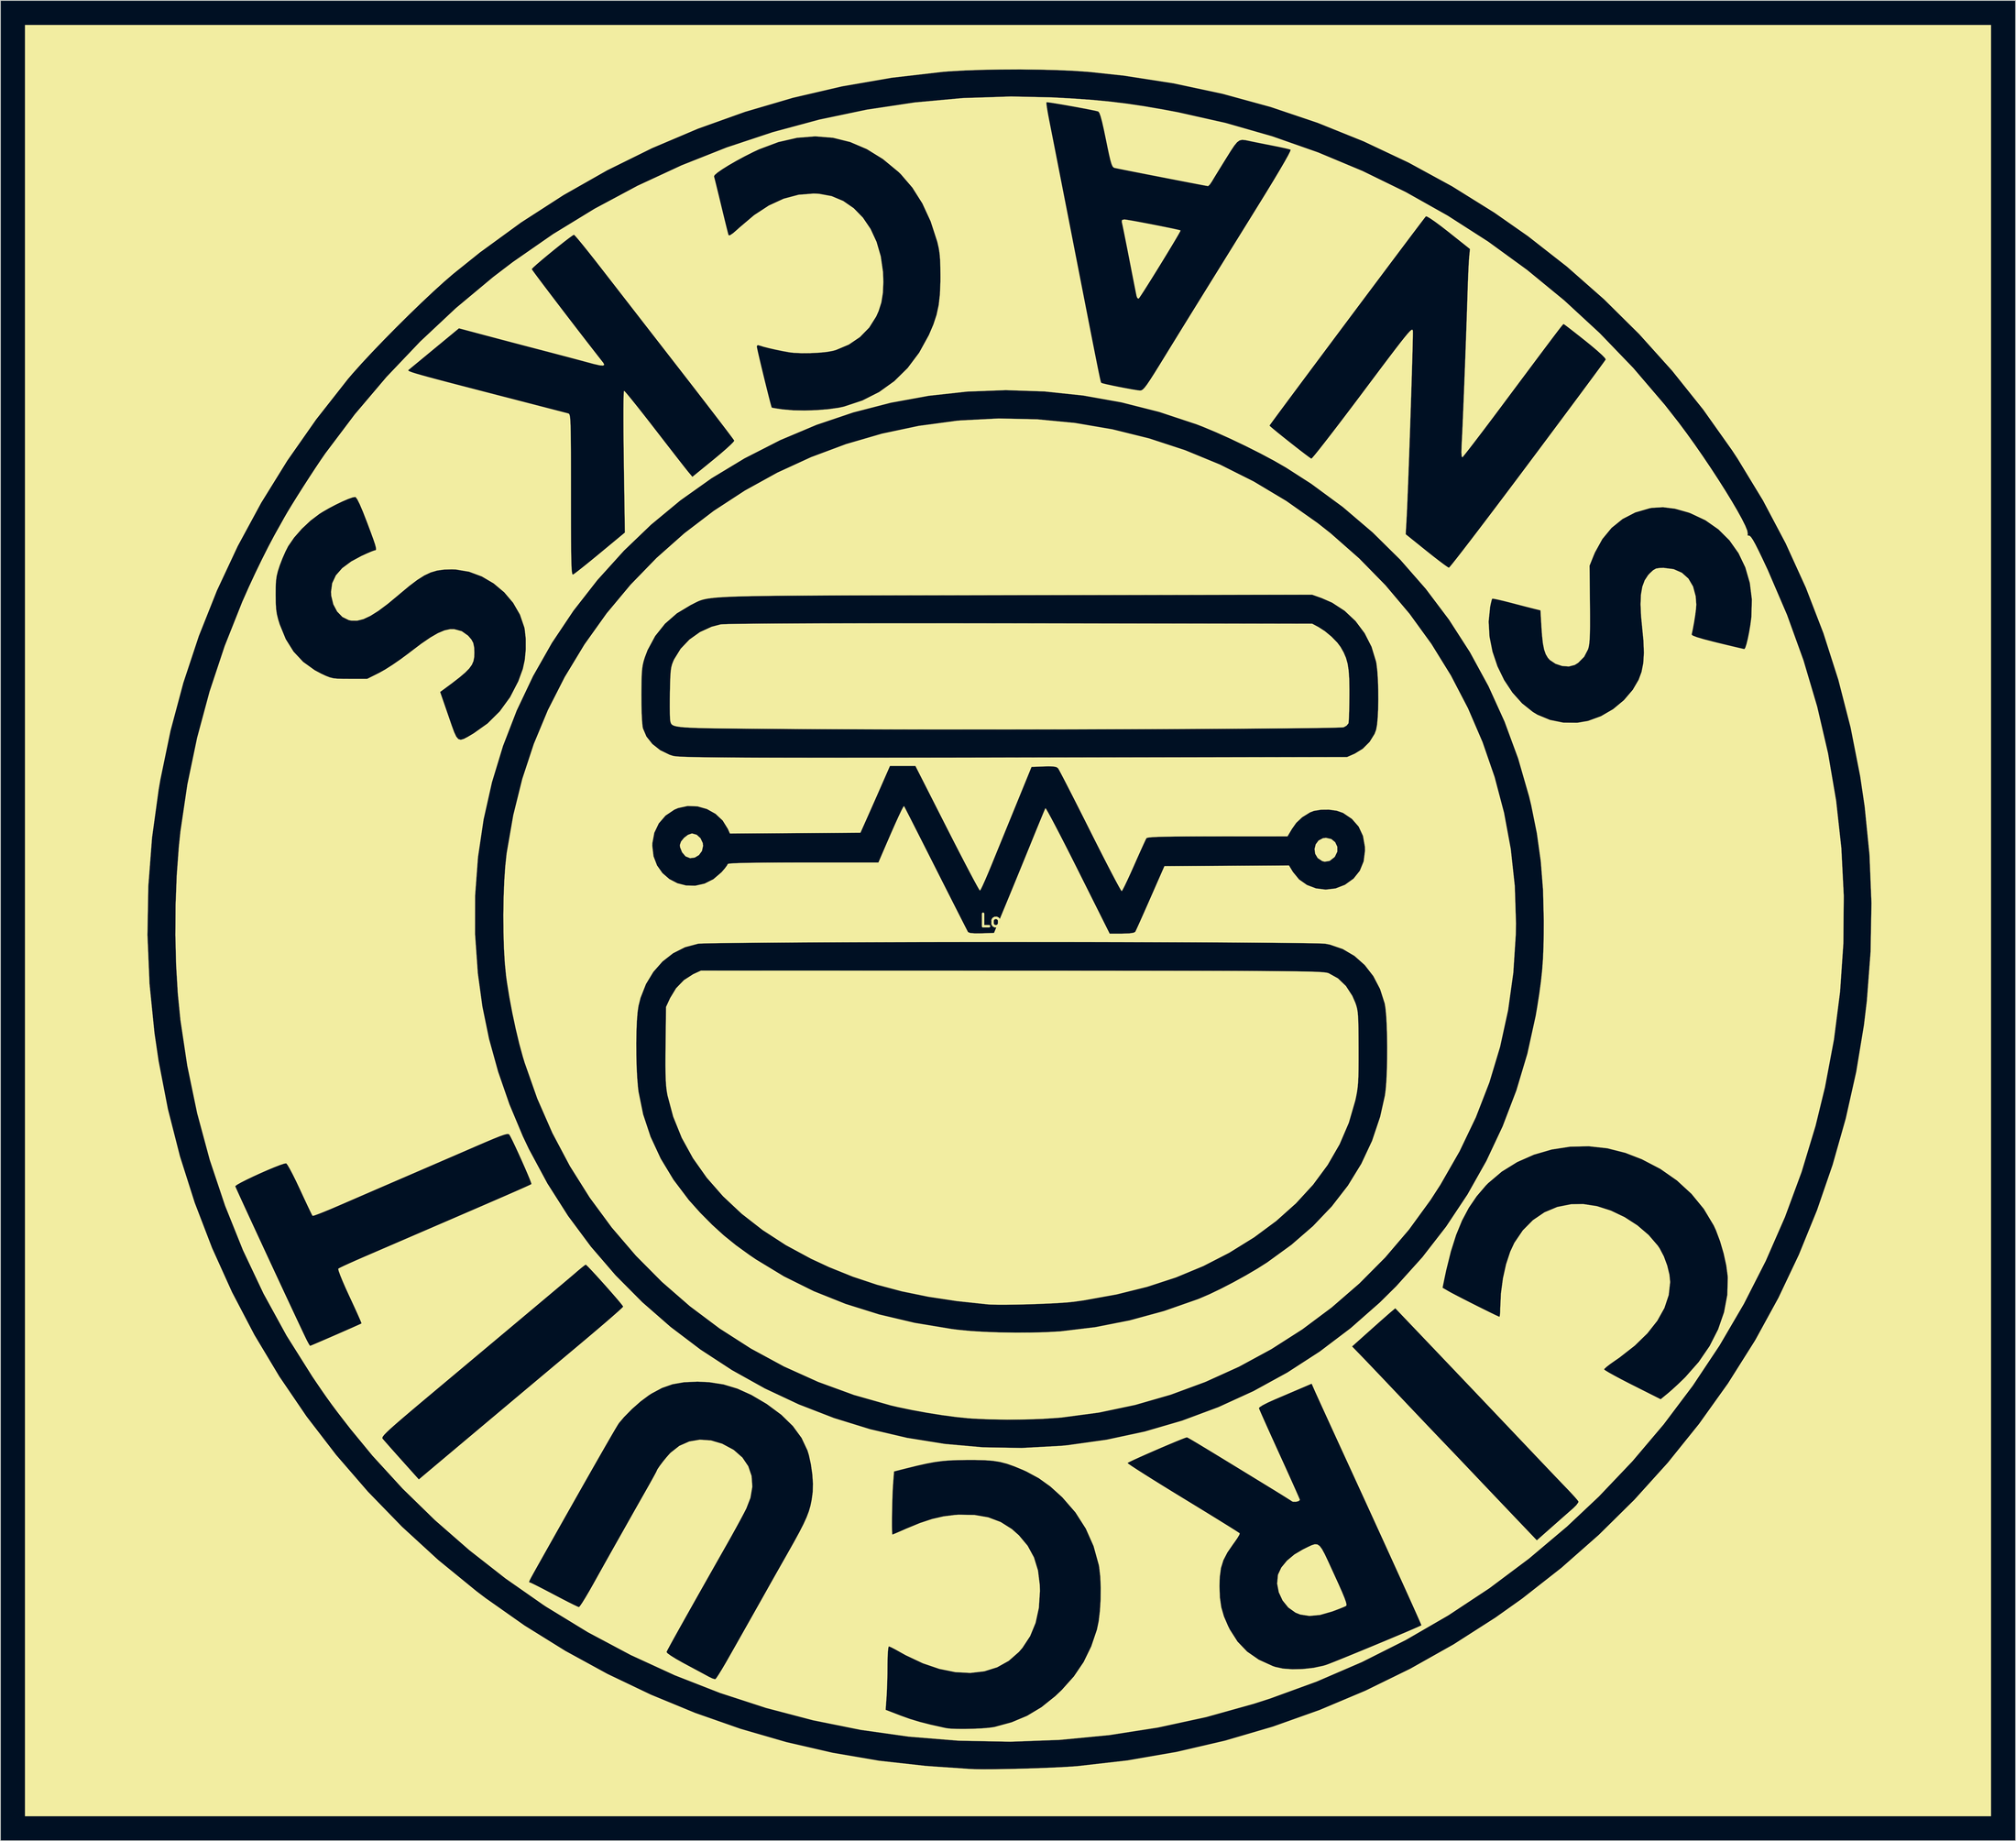
<source format=kicad_pcb>
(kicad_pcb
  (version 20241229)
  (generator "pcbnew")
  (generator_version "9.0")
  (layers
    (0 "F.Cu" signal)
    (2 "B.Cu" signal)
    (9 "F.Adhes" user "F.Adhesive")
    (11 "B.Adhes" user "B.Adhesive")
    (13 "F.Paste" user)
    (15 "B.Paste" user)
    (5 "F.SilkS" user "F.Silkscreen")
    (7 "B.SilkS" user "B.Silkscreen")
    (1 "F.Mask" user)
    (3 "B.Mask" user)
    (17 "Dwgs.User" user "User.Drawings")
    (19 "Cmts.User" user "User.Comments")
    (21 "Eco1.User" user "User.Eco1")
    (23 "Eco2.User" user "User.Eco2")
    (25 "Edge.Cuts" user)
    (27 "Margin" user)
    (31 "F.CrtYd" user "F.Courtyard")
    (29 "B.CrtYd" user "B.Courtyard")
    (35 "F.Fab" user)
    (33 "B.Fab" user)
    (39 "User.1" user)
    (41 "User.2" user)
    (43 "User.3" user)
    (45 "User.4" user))
  (footprint "Logo2"
    (layer "F.Cu")
    (at 120.255 109.598)
    (property "Reference" "Logo2" (at 0 0 0) (layer "F.SilkS") (effects (font (size 1.524 1.524) (thickness 0.3))))
    (attr through_hole)
    (fp_poly (pts (xy 39.55 -9.976) (xy 40.021 -9.587) (xy 40.276 -9.044) (xy 40.279 -8.432) (xy 39.992 -7.835) (xy 39.921 -7.751) (xy 39.339 -7.299) (xy 38.734 -7.202) (xy 38.43 -7.283) (xy 37.881 -7.654) (xy 37.576 -8.174) (xy 37.501 -8.759) (xy 37.642 -9.326) (xy 37.986 -9.793) (xy 38.518 -10.077) (xy 38.899 -10.124) (xy 39.55 -9.976)) (stroke (width 0.01) (type solid)) (fill yes) (layer "F.SilkS"))
    (fp_poly (pts (xy -38.076 -10.496) (xy -37.616 -10.074) (xy -37.342 -9.488) (xy -37.301 -9.148) (xy -37.441 -8.514) (xy -37.808 -8.018) (xy -38.317 -7.71) (xy -38.886 -7.638) (xy -39.432 -7.854) (xy -39.448 -7.865) (xy -39.867 -8.359) (xy -40.115 -8.981) (xy -40.143 -9.238) (xy -39.995 -9.674) (xy -39.627 -10.127) (xy -39.152 -10.489) (xy -38.683 -10.656) (xy -38.638 -10.657) (xy -38.076 -10.496)) (stroke (width 0.01) (type solid)) (fill yes) (layer "F.SilkS"))
    (fp_poly (pts (xy 37.843 76.341) (xy 38.124 76.532) (xy 38.412 76.918) (xy 38.742 77.527) (xy 39.149 78.388) (xy 39.671 79.529) (xy 39.861 79.943) (xy 40.434 81.198) (xy 40.862 82.167) (xy 41.158 82.884) (xy 41.334 83.379) (xy 41.404 83.687) (xy 41.378 83.84) (xy 41.358 83.858) (xy 41.09 83.985) (xy 40.579 84.192) (xy 39.919 84.444) (xy 39.645 84.545) (xy 38.174 84.966) (xy 36.882 85.089) (xy 35.752 84.917) (xy 35.165 84.681) (xy 34.284 84.053) (xy 33.592 83.197) (xy 33.126 82.195) (xy 32.924 81.128) (xy 33.022 80.078) (xy 33.04 80.013) (xy 33.438 79.165) (xy 34.126 78.328) (xy 35.042 77.563) (xy 36.057 76.965) (xy 36.675 76.657) (xy 37.154 76.432) (xy 37.531 76.317) (xy 37.843 76.341)) (stroke (width 0.01) (type solid)) (fill yes) (layer "F.SilkS"))
    (fp_poly (pts (xy 14.498 -85.759) (xy 15.035 -85.67) (xy 15.774 -85.537) (xy 16.65 -85.373) (xy 17.596 -85.191) (xy 18.547 -85.004) (xy 19.436 -84.825) (xy 20.197 -84.667) (xy 20.765 -84.542) (xy 21.073 -84.463) (xy 21.108 -84.449) (xy 21.038 -84.29) (xy 20.807 -83.878) (xy 20.444 -83.26) (xy 19.979 -82.483) (xy 19.441 -81.594) (xy 18.859 -80.64) (xy 18.261 -79.669) (xy 17.676 -78.727) (xy 17.134 -77.862) (xy 16.664 -77.12) (xy 16.294 -76.55) (xy 16.054 -76.198) (xy 15.978 -76.106) (xy 15.826 -76.175) (xy 15.73 -76.415) (xy 15.672 -76.7) (xy 15.557 -77.279) (xy 15.395 -78.099) (xy 15.197 -79.105) (xy 14.975 -80.244) (xy 14.828 -80.996) (xy 14.596 -82.183) (xy 14.381 -83.264) (xy 14.196 -84.189) (xy 14.05 -84.903) (xy 13.953 -85.354) (xy 13.923 -85.481) (xy 13.941 -85.724) (xy 14.229 -85.792) (xy 14.498 -85.759)) (stroke (width 0.01) (type solid)) (fill yes) (layer "F.SilkS"))
    (fp_poly (pts (xy -8.859 -36.379) (xy -4.524 -36.376) (xy 0.125 -36.372) (xy 1.515 -36.37) (xy 37.212 -36.324) (xy 37.984 -35.912) (xy 38.774 -35.4) (xy 39.578 -34.732) (xy 40.276 -34.015) (xy 40.678 -33.478) (xy 41.057 -32.808) (xy 41.34 -32.148) (xy 41.54 -31.432) (xy 41.668 -30.592) (xy 41.738 -29.562) (xy 41.761 -28.273) (xy 41.76 -27.629) (xy 41.749 -26.582) (xy 41.73 -25.646) (xy 41.705 -24.883) (xy 41.675 -24.356) (xy 41.647 -24.14) (xy 41.422 -23.861) (xy 41.069 -23.657) (xy 40.834 -23.635) (xy 40.264 -23.613) (xy 39.377 -23.591) (xy 38.195 -23.571) (xy 36.736 -23.551) (xy 35.021 -23.532) (xy 33.069 -23.514) (xy 30.899 -23.496) (xy 28.533 -23.48) (xy 25.988 -23.465) (xy 23.286 -23.451) (xy 20.446 -23.439) (xy 17.487 -23.427) (xy 14.429 -23.417) (xy 11.292 -23.409) (xy 8.096 -23.401) (xy 4.861 -23.396) (xy 1.606 -23.392) (xy -1.65 -23.389) (xy -4.885 -23.389) (xy -8.082 -23.39) (xy -11.219 -23.392) (xy -14.277 -23.397) (xy -17.237 -23.404) (xy -20.079 -23.413) (xy -22.782 -23.424) (xy -25.328 -23.436) (xy -26.821 -23.446) (xy -29.405 -23.463) (xy -31.657 -23.479) (xy -33.6 -23.495) (xy -35.257 -23.513) (xy -36.652 -23.535) (xy -37.808 -23.562) (xy -38.748 -23.596) (xy -39.495 -23.637) (xy -40.073 -23.689) (xy -40.504 -23.751) (xy -40.812 -23.827) (xy -41.021 -23.916) (xy -41.152 -24.022) (xy -41.231 -24.145) (xy -41.279 -24.287) (xy -41.31 -24.411) (xy -41.342 -24.723) (xy -41.362 -25.323) (xy -41.372 -26.141) (xy -41.368 -27.111) (xy -41.357 -27.914) (xy -41.332 -29.047) (xy -41.301 -29.892) (xy -41.256 -30.514) (xy -41.189 -30.982) (xy -41.09 -31.361) (xy -40.952 -31.718) (xy -40.836 -31.972) (xy -40.038 -33.262) (xy -38.967 -34.386) (xy -37.685 -35.298) (xy -36.254 -35.952) (xy -35.164 -36.238) (xy -34.852 -36.261) (xy -34.189 -36.283) (xy -33.176 -36.302) (xy -31.817 -36.319) (xy -30.115 -36.334) (xy -28.073 -36.347) (xy -25.694 -36.357) (xy -22.982 -36.366) (xy -19.94 -36.372) (xy -16.569 -36.377) (xy -12.875 -36.379) (xy -8.859 -36.379)) (stroke (width 0.01) (type solid)) (fill yes) (layer "F.SilkS"))
    (fp_poly (pts (xy 0.444 6.135) (xy 4.786 6.136) (xy 8.787 6.137) (xy 12.462 6.139) (xy 15.823 6.141) (xy 18.887 6.144) (xy 21.666 6.147) (xy 24.175 6.152) (xy 26.428 6.157) (xy 28.439 6.163) (xy 30.223 6.171) (xy 31.794 6.18) (xy 33.166 6.19) (xy 34.353 6.202) (xy 35.369 6.215) (xy 36.229 6.23) (xy 36.947 6.247) (xy 37.537 6.266) (xy 38.013 6.287) (xy 38.389 6.31) (xy 38.68 6.336) (xy 38.9 6.364) (xy 39.062 6.395) (xy 39.182 6.428) (xy 39.226 6.444) (xy 40.363 7.076) (xy 41.334 8.007) (xy 42.116 9.212) (xy 42.488 10.065) (xy 42.606 10.409) (xy 42.697 10.755) (xy 42.766 11.152) (xy 42.814 11.652) (xy 42.846 12.306) (xy 42.866 13.165) (xy 42.877 14.28) (xy 42.883 15.631) (xy 42.884 17.06) (xy 42.877 18.194) (xy 42.858 19.093) (xy 42.823 19.818) (xy 42.767 20.428) (xy 42.688 20.985) (xy 42.582 21.548) (xy 42.48 22.016) (xy 41.689 24.743) (xy 40.56 27.375) (xy 39.101 29.902) (xy 37.32 32.313) (xy 35.224 34.598) (xy 32.821 36.747) (xy 30.118 38.75) (xy 30.107 38.758) (xy 27.067 40.642) (xy 23.895 42.273) (xy 20.561 43.659) (xy 17.032 44.814) (xy 13.278 45.747) (xy 9.268 46.471) (xy 8.082 46.639) (xy 7.334 46.717) (xy 6.319 46.79) (xy 5.111 46.856) (xy 3.782 46.913) (xy 2.404 46.959) (xy 1.05 46.991) (xy -0.208 47.008) (xy -1.296 47.007) (xy -2.144 46.985) (xy -2.487 46.963) (xy -6.244 46.563) (xy -9.717 46.038) (xy -12.962 45.374) (xy -16.033 44.558) (xy -18.983 43.575) (xy -21.869 42.412) (xy -24.091 41.379) (xy -27.179 39.711) (xy -30.01 37.873) (xy -32.573 35.878) (xy -34.855 33.737) (xy -36.846 31.466) (xy -38.534 29.076) (xy -39.907 26.581) (xy -40.953 23.994) (xy -41.651 21.385) (xy -41.744 20.851) (xy -41.814 20.264) (xy -41.861 19.57) (xy -41.89 18.717) (xy -41.901 17.651) (xy -41.896 16.318) (xy -41.885 15.257) (xy -41.83 10.569) (xy -41.328 9.482) (xy -40.6 8.283) (xy -39.642 7.289) (xy -38.519 6.566) (xy -38.455 6.536) (xy -37.567 6.128) (xy 0.444 6.135)) (stroke (width 0.01) (type solid)) (fill yes) (layer "F.SilkS"))
    (fp_poly (pts (xy 120.25 109.593) (xy -120.25 109.593) (xy -120.25 1.761) (xy -105.269 1.761) (xy -105.018 7.745) (xy -104.412 13.75) (xy -103.91 17.172) (xy -102.769 23.069) (xy -101.292 28.86) (xy -99.488 34.532) (xy -97.363 40.072) (xy -94.926 45.469) (xy -92.182 50.712) (xy -89.14 55.787) (xy -85.807 60.684) (xy -82.19 65.389) (xy -78.297 69.891) (xy -74.134 74.178) (xy -69.709 78.238) (xy -65.03 82.059) (xy -63.901 82.916) (xy -59.132 86.273) (xy -54.158 89.366) (xy -49.005 92.185) (xy -43.699 94.72) (xy -38.265 96.963) (xy -32.73 98.902) (xy -27.119 100.529) (xy -21.459 101.834) (xy -15.774 102.807) (xy -10.092 103.439) (xy -8.615 103.546) (xy -7.549 103.616) (xy -6.547 103.683) (xy -5.688 103.742) (xy -5.052 103.788) (xy -4.796 103.807) (xy -4.148 103.838) (xy -3.204 103.851) (xy -2.025 103.849) (xy -0.669 103.832) (xy 0.804 103.803) (xy 2.335 103.762) (xy 3.863 103.712) (xy 5.331 103.653) (xy 6.678 103.588) (xy 7.845 103.518) (xy 8.526 103.466) (xy 14.597 102.772) (xy 20.608 101.731) (xy 26.543 100.351) (xy 32.385 98.638) (xy 38.118 96.598) (xy 43.726 94.236) (xy 49.192 91.56) (xy 54.5 88.575) (xy 59.632 85.288) (xy 62.878 82.983) (xy 67.691 79.209) (xy 72.275 75.169) (xy 76.619 70.877) (xy 80.709 66.348) (xy 84.531 61.597) (xy 88.073 56.639) (xy 91.32 51.489) (xy 91.465 51.244) (xy 94.243 46.171) (xy 96.745 40.896) (xy 98.961 35.456) (xy 100.877 29.887) (xy 102.482 24.226) (xy 103.764 18.509) (xy 104.71 12.774) (xy 105.059 9.858) (xy 105.517 3.834) (xy 105.625 -2.137) (xy 105.384 -8.069) (xy 104.793 -13.978) (xy 104.245 -17.673) (xy 103.075 -23.63) (xy 101.575 -29.466) (xy 99.749 -35.172) (xy 97.601 -40.739) (xy 95.134 -46.157) (xy 92.353 -51.416) (xy 89.26 -56.508) (xy 88.575 -57.55) (xy 85.046 -62.528) (xy 81.252 -67.273) (xy 77.203 -71.777) (xy 72.907 -76.03) (xy 68.373 -80.024) (xy 63.611 -83.749) (xy 59.503 -86.623) (xy 54.325 -89.85) (xy 48.989 -92.761) (xy 43.504 -95.351) (xy 37.879 -97.618) (xy 32.122 -99.56) (xy 26.242 -101.172) (xy 20.245 -102.452) (xy 14.142 -103.398) (xy 9.947 -103.848) (xy 8.16 -103.974) (xy 6.103 -104.067) (xy 3.86 -104.126) (xy 1.514 -104.151) (xy -0.852 -104.143) (xy -3.153 -104.101) (xy -5.306 -104.025) (xy -7.227 -103.915) (xy -8.004 -103.854) (xy -14.206 -103.137) (xy -20.306 -102.081) (xy -26.298 -100.688) (xy -32.174 -98.962) (xy -37.927 -96.904) (xy -43.55 -94.519) (xy -49.036 -91.81) (xy -54.377 -88.778) (xy -59.567 -85.428) (xy -64.599 -81.761) (xy -67.852 -79.151) (xy -69.006 -78.154) (xy -70.335 -76.946) (xy -71.786 -75.58) (xy -73.309 -74.107) (xy -74.852 -72.577) (xy -76.363 -71.042) (xy -77.791 -69.554) (xy -79.085 -68.164) (xy -80.194 -66.923) (xy -80.764 -66.253) (xy -84.628 -61.333) (xy -88.159 -56.29) (xy -91.359 -51.121) (xy -94.229 -45.821) (xy -96.771 -40.388) (xy -98.987 -34.817) (xy -100.878 -29.107) (xy -102.445 -23.252) (xy -103.691 -17.25) (xy -103.896 -16.063) (xy -104.708 -10.143) (xy -105.166 -4.202) (xy -105.269 1.761) (xy -120.25 1.761) (xy -120.25 -109.593) (xy 120.25 -109.593) (xy 120.25 109.593)) (stroke (width 0.01) (type solid)) (fill yes) (layer "F.SilkS"))
    (fp_poly (pts (xy 3.552 -61.337) (xy 8.193 -60.893) (xy 12.768 -60.111) (xy 17.259 -58.999) (xy 21.65 -57.56) (xy 25.922 -55.801) (xy 30.06 -53.725) (xy 34.046 -51.34) (xy 37.862 -48.649) (xy 39.471 -47.38) (xy 42.953 -44.315) (xy 46.173 -41.027) (xy 49.122 -37.531) (xy 51.793 -33.846) (xy 54.176 -29.99) (xy 56.264 -25.979) (xy 58.048 -21.832) (xy 59.521 -17.566) (xy 60.675 -13.199) (xy 61.501 -8.747) (xy 61.992 -4.23) (xy 62.139 0.337) (xy 62.115 1.687) (xy 61.811 6.385) (xy 61.172 10.967) (xy 60.195 15.44) (xy 58.881 19.808) (xy 57.226 24.074) (xy 55.23 28.243) (xy 52.892 32.32) (xy 51.682 34.192) (xy 49.048 37.812) (xy 46.143 41.216) (xy 42.988 44.392) (xy 39.601 47.329) (xy 36.004 50.015) (xy 32.215 52.438) (xy 28.256 54.587) (xy 24.145 56.45) (xy 19.904 58.015) (xy 15.551 59.27) (xy 11.106 60.205) (xy 6.59 60.806) (xy 6.217 60.841) (xy 4.291 60.971) (xy 2.149 61.047) (xy -0.078 61.068) (xy -2.259 61.033) (xy -4.264 60.943) (xy -4.885 60.898) (xy -6.371 60.747) (xy -8.086 60.517) (xy -9.914 60.225) (xy -11.741 59.892) (xy -13.454 59.536) (xy -14.32 59.334) (xy -18.84 58.05) (xy -23.209 56.454) (xy -27.413 54.557) (xy -31.441 52.373) (xy -35.278 49.912) (xy -38.912 47.188) (xy -42.33 44.213) (xy -45.52 40.999) (xy -48.467 37.558) (xy -51.16 33.902) (xy -53.586 30.044) (xy -55.731 25.996) (xy -57.582 21.77) (xy -59.127 17.379) (xy -59.348 16.65) (xy -59.781 15.065) (xy -59.803 14.974) (xy -45.475 14.974) (xy -45.468 16.431) (xy -45.431 17.87) (xy -45.363 19.214) (xy -45.266 20.391) (xy -45.2 20.94) (xy -44.635 23.72) (xy -43.726 26.458) (xy -42.486 29.131) (xy -40.924 31.717) (xy -39.053 34.194) (xy -37.642 35.771) (xy -36.176 37.247) (xy -34.758 38.537) (xy -33.278 39.734) (xy -31.625 40.93) (xy -30.826 41.472) (xy -27.408 43.545) (xy -23.751 45.36) (xy -19.865 46.913) (xy -15.756 48.201) (xy -11.435 49.223) (xy -6.908 49.974) (xy -6.039 50.084) (xy -4.601 50.222) (xy -2.901 50.325) (xy -1.034 50.392) (xy 0.909 50.423) (xy 2.835 50.414) (xy 4.65 50.366) (xy 6.262 50.277) (xy 6.484 50.26) (xy 10.666 49.756) (xy 14.888 48.924) (xy 19.089 47.779) (xy 23.212 46.336) (xy 23.446 46.243) (xy 24.657 45.721) (xy 26.064 45.045) (xy 27.57 44.265) (xy 29.081 43.432) (xy 30.501 42.598) (xy 31.709 41.831) (xy 34.672 39.678) (xy 37.304 37.395) (xy 39.606 34.982) (xy 41.578 32.438) (xy 43.222 29.762) (xy 44.538 26.953) (xy 45.527 24.01) (xy 46.11 21.403) (xy 46.214 20.588) (xy 46.294 19.517) (xy 46.349 18.261) (xy 46.379 16.887) (xy 46.386 15.466) (xy 46.368 14.065) (xy 46.327 12.755) (xy 46.262 11.604) (xy 46.173 10.682) (xy 46.082 10.138) (xy 45.515 8.373) (xy 44.691 6.796) (xy 43.639 5.438) (xy 42.384 4.324) (xy 40.956 3.483) (xy 39.382 2.943) (xy 38.81 2.832) (xy 38.485 2.809) (xy 37.826 2.787) (xy 36.851 2.767) (xy 35.583 2.748) (xy 34.042 2.73) (xy 32.247 2.714) (xy 30.22 2.699) (xy 27.981 2.685) (xy 25.55 2.673) (xy 22.948 2.662) (xy 20.195 2.653) (xy 17.312 2.645) (xy 14.319 2.638) (xy 11.236 2.633) (xy 8.084 2.629) (xy 4.884 2.627) (xy 1.656 2.626) (xy -1.58 2.626) (xy -4.803 2.628) (xy -7.993 2.631) (xy -11.129 2.635) (xy -14.191 2.641) (xy -17.159 2.648) (xy -20.011 2.656) (xy -22.728 2.666) (xy -25.289 2.677) (xy -27.674 2.69) (xy -29.862 2.704) (xy -31.833 2.719) (xy -33.566 2.736) (xy -35.041 2.754) (xy -36.237 2.773) (xy -37.134 2.794) (xy -37.712 2.816) (xy -37.922 2.834) (xy -39.508 3.257) (xy -40.967 3.991) (xy -42.268 5.007) (xy -43.385 6.275) (xy -44.29 7.767) (xy -44.953 9.452) (xy -45.204 10.447) (xy -45.317 11.234) (xy -45.4 12.301) (xy -45.453 13.572) (xy -45.475 14.974) (xy -59.803 14.974) (xy -60.216 13.244) (xy -60.629 11.305) (xy -60.994 9.365) (xy -61.288 7.543) (xy -61.396 6.75) (xy -61.549 5.193) (xy -61.656 3.375) (xy -61.716 1.384) (xy -61.73 -0.695) (xy -61.698 -2.775) (xy -61.621 -4.769) (xy -61.5 -6.592) (xy -61.335 -8.156) (xy -61.318 -8.28) (xy -61.167 -9.148) (xy -43.517 -9.148) (xy -43.364 -7.862) (xy -42.934 -6.744) (xy -42.274 -5.81) (xy -41.429 -5.078) (xy -40.445 -4.565) (xy -39.369 -4.29) (xy -38.245 -4.268) (xy -37.12 -4.519) (xy -36.039 -5.059) (xy -35.049 -5.905) (xy -35.036 -5.919) (xy -34.641 -6.377) (xy -34.368 -6.744) (xy -34.281 -6.923) (xy -34.106 -6.97) (xy -33.581 -7.01) (xy -32.704 -7.043) (xy -31.475 -7.069) (xy -29.894 -7.088) (xy -27.959 -7.1) (xy -25.67 -7.105) (xy -25.065 -7.105) (xy -15.85 -7.105) (xy -14.952 -9.192) (xy -14.34 -10.604) (xy -13.81 -11.804) (xy -13.372 -12.768) (xy -13.037 -13.472) (xy -12.816 -13.894) (xy -12.721 -14.011) (xy -12.632 -13.844) (xy -12.399 -13.39) (xy -12.037 -12.682) (xy -11.563 -11.749) (xy -10.993 -10.624) (xy -10.341 -9.337) (xy -9.624 -7.919) (xy -8.857 -6.402) (xy -8.838 -6.364) (xy -8.068 -4.839) (xy -7.344 -3.408) (xy -6.683 -2.104) (xy -6.102 -0.957) (xy -5.615 -0.000275) (xy -5.24 0.735) (xy -4.993 1.217) (xy -4.889 1.414) (xy -4.889 1.414) (xy -4.637 1.517) (xy -4.06 1.567) (xy -3.237 1.561) (xy -1.708 1.51) (xy -0.307 -1.865) (xy 0.188 -3.063) (xy 0.773 -4.484) (xy 1.403 -6.021) (xy 2.036 -7.568) (xy 2.626 -9.017) (xy 2.787 -9.414) (xy 3.252 -10.558) (xy 3.677 -11.596) (xy 4.041 -12.48) (xy 4.325 -13.166) (xy 4.512 -13.606) (xy 4.578 -13.751) (xy 4.674 -13.63) (xy 4.912 -13.22) (xy 5.277 -12.552) (xy 5.753 -11.653) (xy 6.324 -10.556) (xy 6.975 -9.288) (xy 7.69 -7.88) (xy 8.454 -6.361) (xy 8.555 -6.158) (xy 12.434 1.599) (xy 13.933 1.599) (xy 14.824 1.571) (xy 15.371 1.489) (xy 15.57 1.377) (xy 15.677 1.157) (xy 15.906 0.66) (xy 16.233 -0.067) (xy 16.638 -0.976) (xy 17.099 -2.019) (xy 17.422 -2.753) (xy 19.137 -6.661) (xy 34.37 -6.741) (xy 34.851 -5.947) (xy 35.602 -5.031) (xy 36.564 -4.356) (xy 37.671 -3.936) (xy 38.859 -3.788) (xy 40.063 -3.929) (xy 41.216 -4.373) (xy 41.217 -4.374) (xy 42.271 -5.131) (xy 43.037 -6.092) (xy 43.507 -7.242) (xy 43.674 -8.565) (xy 43.662 -9.023) (xy 43.426 -10.36) (xy 42.895 -11.502) (xy 42.067 -12.447) (xy 40.982 -13.178) (xy 40.215 -13.443) (xy 39.277 -13.574) (xy 38.301 -13.568) (xy 37.424 -13.424) (xy 36.945 -13.242) (xy 35.98 -12.643) (xy 35.257 -11.963) (xy 34.725 -11.207) (xy 34.192 -10.309) (xy 25.633 -10.306) (xy 23.568 -10.303) (xy 21.835 -10.296) (xy 20.409 -10.284) (xy 19.264 -10.266) (xy 18.378 -10.243) (xy 17.725 -10.213) (xy 17.282 -10.175) (xy 17.024 -10.129) (xy 16.929 -10.08) (xy 16.815 -9.854) (xy 16.584 -9.357) (xy 16.26 -8.644) (xy 15.868 -7.769) (xy 15.434 -6.788) (xy 15.419 -6.753) (xy 14.986 -5.783) (xy 14.594 -4.932) (xy 14.269 -4.251) (xy 14.033 -3.791) (xy 13.912 -3.603) (xy 13.909 -3.601) (xy 13.803 -3.745) (xy 13.556 -4.177) (xy 13.183 -4.865) (xy 12.701 -5.778) (xy 12.126 -6.886) (xy 11.475 -8.158) (xy 10.762 -9.562) (xy 10.055 -10.969) (xy 9.296 -12.482) (xy 8.579 -13.902) (xy 7.922 -15.198) (xy 7.341 -16.335) (xy 6.853 -17.283) (xy 6.474 -18.007) (xy 6.222 -18.475) (xy 6.116 -18.65) (xy 5.912 -18.786) (xy 5.544 -18.858) (xy 4.94 -18.874) (xy 4.382 -18.86) (xy 2.876 -18.803) (xy 1.049 -14.33) (xy 0.478 -12.932) (xy -0.13 -11.443) (xy -0.737 -9.957) (xy -1.306 -8.563) (xy -1.799 -7.355) (xy -2.034 -6.777) (xy -2.437 -5.808) (xy -2.8 -4.96) (xy -3.103 -4.287) (xy -3.32 -3.839) (xy -3.43 -3.669) (xy -3.43 -3.669) (xy -3.536 -3.817) (xy -3.785 -4.252) (xy -4.162 -4.943) (xy -4.65 -5.86) (xy -5.233 -6.973) (xy -5.896 -8.25) (xy -6.622 -9.662) (xy -7.395 -11.179) (xy -7.446 -11.279) (xy -11.322 -18.917) (xy -14.443 -18.917) (xy -15.574 -16.341) (xy -16.029 -15.305) (xy -16.499 -14.24) (xy -16.936 -13.253) (xy -17.292 -12.451) (xy -17.379 -12.256) (xy -18.053 -10.746) (xy -26.034 -10.7) (xy -34.015 -10.654) (xy -34.266 -11.22) (xy -34.904 -12.248) (xy -35.78 -13.066) (xy -36.828 -13.65) (xy -37.984 -13.978) (xy -39.183 -14.025) (xy -40.36 -13.769) (xy -40.818 -13.572) (xy -41.896 -12.847) (xy -42.721 -11.891) (xy -43.268 -10.748) (xy -43.508 -9.463) (xy -43.517 -9.148) (xy -61.167 -9.148) (xy -60.515 -12.9) (xy -59.413 -17.34) (xy -58.002 -21.62) (xy -56.276 -25.765) (xy -55.313 -27.656) (xy -44.848 -27.656) (xy -44.842 -26.418) (xy -44.813 -25.314) (xy -44.766 -24.405) (xy -44.703 -23.754) (xy -44.66 -23.519) (xy -44.23 -22.514) (xy -43.505 -21.604) (xy -42.545 -20.845) (xy -41.405 -20.29) (xy -41.006 -20.162) (xy -40.87 -20.132) (xy -40.672 -20.105) (xy -40.4 -20.08) (xy -40.039 -20.057) (xy -39.577 -20.036) (xy -39 -20.017) (xy -38.294 -20.001) (xy -37.445 -19.986) (xy -36.442 -19.973) (xy -35.269 -19.962) (xy -33.914 -19.953) (xy -32.363 -19.945) (xy -30.603 -19.939) (xy -28.62 -19.935) (xy -26.4 -19.932) (xy -23.931 -19.93) (xy -21.199 -19.93) (xy -18.19 -19.931) (xy -14.891 -19.933) (xy -11.288 -19.937) (xy -7.368 -19.941) (xy -3.118 -19.946) (xy 0.71 -19.952) (xy 41.475 -20.009) (xy 42.414 -20.42) (xy 43.396 -21.02) (xy 44.234 -21.857) (xy 44.843 -22.837) (xy 45.028 -23.327) (xy 45.142 -23.927) (xy 45.225 -24.802) (xy 45.278 -25.873) (xy 45.3 -27.061) (xy 45.29 -28.287) (xy 45.251 -29.472) (xy 45.18 -30.538) (xy 45.079 -31.405) (xy 45.025 -31.7) (xy 44.472 -33.509) (xy 43.625 -35.172) (xy 42.518 -36.651) (xy 41.183 -37.907) (xy 39.652 -38.904) (xy 38.366 -39.467) (xy 37.212 -39.876) (xy 0.977 -39.823) (xy -3.314 -39.817) (xy -7.265 -39.811) (xy -10.89 -39.806) (xy -14.205 -39.801) (xy -17.224 -39.795) (xy -19.961 -39.789) (xy -22.433 -39.78) (xy -24.653 -39.77) (xy -26.637 -39.757) (xy -28.399 -39.742) (xy -29.954 -39.723) (xy -31.318 -39.7) (xy -32.504 -39.673) (xy -33.529 -39.642) (xy -34.405 -39.605) (xy -35.15 -39.563) (xy -35.777 -39.515) (xy -36.3 -39.46) (xy -36.736 -39.399) (xy -37.099 -39.33) (xy -37.404 -39.253) (xy -37.665 -39.168) (xy -37.897 -39.074) (xy -38.116 -38.971) (xy -38.336 -38.859) (xy -38.572 -38.736) (xy -38.816 -38.614) (xy -40.506 -37.601) (xy -41.964 -36.327) (xy -43.167 -34.819) (xy -44.092 -33.102) (xy -44.43 -32.212) (xy -44.576 -31.741) (xy -44.682 -31.287) (xy -44.757 -30.782) (xy -44.804 -30.159) (xy -44.832 -29.349) (xy -44.845 -28.285) (xy -44.848 -27.656) (xy -55.313 -27.656) (xy -54.224 -29.795) (xy -51.84 -33.733) (xy -51.772 -33.837) (xy -49.098 -37.586) (xy -46.165 -41.101) (xy -42.99 -44.372) (xy -39.59 -47.389) (xy -35.982 -50.141) (xy -32.184 -52.619) (xy -28.212 -54.812) (xy -24.083 -56.71) (xy -19.815 -58.303) (xy -15.424 -59.581) (xy -10.927 -60.534) (xy -6.341 -61.151) (xy -5.862 -61.196) (xy -1.139 -61.44) (xy 3.552 -61.337)) (stroke (width 0.01) (type solid)) (fill yes) (layer "F.SilkS"))
    (fp_poly (pts (xy 5.391 -100.731) (xy 7.962 -100.591) (xy 10.277 -100.425) (xy 12.432 -100.221) (xy 14.527 -99.966) (xy 16.659 -99.649) (xy 18.927 -99.259) (xy 20.782 -98.91) (xy 26.616 -97.601) (xy 32.334 -95.961) (xy 37.923 -93.999) (xy 43.371 -91.721) (xy 48.665 -89.136) (xy 53.792 -86.252) (xy 58.74 -83.076) (xy 63.496 -79.616) (xy 68.047 -75.88) (xy 72.381 -71.877) (xy 76.486 -67.613) (xy 80.347 -63.097) (xy 82.048 -60.924) (xy 83.02 -59.618) (xy 84.012 -58.235) (xy 85.002 -56.808) (xy 85.97 -55.369) (xy 86.896 -53.951) (xy 87.759 -52.587) (xy 88.54 -51.31) (xy 89.217 -50.153) (xy 89.771 -49.148) (xy 90.18 -48.328) (xy 90.425 -47.726) (xy 90.486 -47.375) (xy 90.479 -47.348) (xy 90.472 -47.122) (xy 90.598 -47.107) (xy 90.73 -47.077) (xy 90.899 -46.91) (xy 91.123 -46.577) (xy 91.419 -46.046) (xy 91.804 -45.284) (xy 92.297 -44.262) (xy 92.913 -42.946) (xy 92.937 -42.896) (xy 95.292 -37.412) (xy 97.307 -31.836) (xy 98.981 -26.181) (xy 100.311 -20.46) (xy 101.297 -14.684) (xy 101.939 -8.868) (xy 102.234 -3.022) (xy 102.182 2.84) (xy 101.782 8.706) (xy 101.032 14.563) (xy 99.932 20.399) (xy 98.776 25.134) (xy 97.075 30.758) (xy 95.041 36.27) (xy 92.684 41.656) (xy 90.014 46.901) (xy 87.038 51.989) (xy 83.767 56.905) (xy 80.209 61.636) (xy 76.374 66.165) (xy 72.271 70.479) (xy 68.385 74.14) (xy 63.727 78.069) (xy 58.886 81.695) (xy 53.866 85.014) (xy 48.667 88.026) (xy 43.292 90.73) (xy 37.743 93.124) (xy 32.023 95.207) (xy 30.051 95.841) (xy 24.22 97.469) (xy 18.327 98.746) (xy 12.373 99.674) (xy 6.358 100.252) (xy 0.281 100.48) (xy -5.857 100.358) (xy -6.217 100.34) (xy -12.139 99.859) (xy -18.019 99.03) (xy -23.84 97.858) (xy -28.701 96.581) (xy -14.97 96.581) (xy -13.125 97.292) (xy -12.004 97.694) (xy -10.807 98.056) (xy -9.445 98.405) (xy -7.831 98.762) (xy -7.549 98.821) (xy -7.003 98.884) (xy -6.201 98.916) (xy -5.237 98.919) (xy -4.208 98.895) (xy -3.212 98.847) (xy -2.343 98.777) (xy -1.699 98.687) (xy -1.655 98.678) (xy 0.446 98.106) (xy 2.34 97.312) (xy 4.095 96.259) (xy 5.782 94.908) (xy 6.579 94.151) (xy 8.064 92.489) (xy 9.252 90.736) (xy 10.187 88.817) (xy 10.881 86.769) (xy 11.096 85.739) (xy 11.247 84.468) (xy 11.332 83.062) (xy 11.347 81.628) (xy 11.29 80.276) (xy 11.157 79.112) (xy 11.109 78.848) (xy 10.469 76.539) (xy 9.518 74.399) (xy 8.251 72.419) (xy 6.664 70.592) (xy 6.586 70.515) (xy 5.178 69.242) (xy 3.767 68.232) (xy 2.241 67.407) (xy 1.777 67.199) (xy 0.757 66.777) (xy -0.13 66.464) (xy -0.467 66.377) (xy 14.62 66.377) (xy 14.758 66.496) (xy 15.171 66.779) (xy 15.827 67.208) (xy 16.697 67.763) (xy 17.751 68.426) (xy 18.959 69.177) (xy 20.29 69.997) (xy 21.427 70.692) (xy 22.839 71.555) (xy 24.157 72.362) (xy 25.349 73.096) (xy 26.384 73.737) (xy 27.232 74.265) (xy 27.863 74.663) (xy 28.244 74.911) (xy 28.35 74.987) (xy 28.286 75.176) (xy 28.049 75.571) (xy 27.685 76.098) (xy 27.541 76.293) (xy 26.83 77.326) (xy 26.345 78.265) (xy 26.048 79.223) (xy 25.901 80.316) (xy 25.867 81.44) (xy 25.917 82.84) (xy 26.087 84.031) (xy 26.411 85.15) (xy 26.92 86.33) (xy 27.14 86.769) (xy 28.078 88.237) (xy 29.251 89.459) (xy 30.678 90.448) (xy 32.377 91.22) (xy 32.683 91.327) (xy 33.627 91.533) (xy 34.796 91.618) (xy 36.081 91.586) (xy 37.373 91.442) (xy 38.565 91.188) (xy 38.899 91.088) (xy 39.261 90.955) (xy 39.888 90.709) (xy 40.732 90.37) (xy 41.745 89.958) (xy 42.88 89.493) (xy 44.087 88.995) (xy 45.318 88.484) (xy 46.526 87.98) (xy 47.661 87.503) (xy 48.677 87.073) (xy 49.524 86.71) (xy 50.154 86.435) (xy 50.52 86.267) (xy 50.574 86.238) (xy 50.512 86.074) (xy 50.31 85.607) (xy 49.979 84.859) (xy 49.527 83.848) (xy 48.963 82.596) (xy 48.297 81.123) (xy 47.538 79.45) (xy 46.694 77.595) (xy 45.777 75.581) (xy 44.793 73.426) (xy 43.754 71.152) (xy 42.667 68.779) (xy 41.543 66.327) (xy 41.346 65.898) (xy 40.629 64.335) (xy 39.946 62.845) (xy 39.315 61.465) (xy 38.751 60.231) (xy 38.271 59.18) (xy 37.892 58.347) (xy 37.63 57.77) (xy 37.513 57.508) (xy 37.146 56.668) (xy 35.847 57.223) (xy 35.128 57.53) (xy 34.216 57.92) (xy 33.245 58.335) (xy 32.594 58.613) (xy 31.769 58.985) (xy 31.148 59.304) (xy 30.776 59.547) (xy 30.689 59.668) (xy 30.773 59.878) (xy 30.986 60.37) (xy 31.313 61.108) (xy 31.734 62.05) (xy 32.234 63.158) (xy 32.793 64.393) (xy 33.22 65.331) (xy 33.81 66.627) (xy 34.349 67.819) (xy 34.821 68.869) (xy 35.209 69.739) (xy 35.496 70.391) (xy 35.664 70.786) (xy 35.702 70.891) (xy 35.554 71.035) (xy 35.222 71.12) (xy 34.877 71.118) (xy 34.734 71.061) (xy 34.519 70.915) (xy 34.063 70.625) (xy 33.433 70.231) (xy 32.691 69.773) (xy 32.594 69.713) (xy 30.51 68.437) (xy 28.709 67.334) (xy 27.17 66.394) (xy 25.875 65.603) (xy 24.803 64.95) (xy 23.935 64.424) (xy 23.25 64.011) (xy 22.728 63.7) (xy 22.35 63.478) (xy 22.096 63.335) (xy 21.946 63.257) (xy 21.88 63.234) (xy 21.879 63.234) (xy 21.656 63.301) (xy 21.174 63.486) (xy 20.49 63.765) (xy 19.662 64.111) (xy 18.746 64.501) (xy 17.8 64.91) (xy 16.882 65.313) (xy 16.048 65.684) (xy 15.357 66) (xy 14.866 66.235) (xy 14.631 66.364) (xy 14.62 66.377) (xy -0.467 66.377) (xy -0.97 66.246) (xy -1.85 66.107) (xy -2.857 66.031) (xy -4.078 66.004) (xy -4.973 66.004) (xy -6.148 66.02) (xy -7.157 66.06) (xy -8.08 66.137) (xy -8.996 66.262) (xy -9.986 66.447) (xy -11.129 66.702) (xy -12.506 67.041) (xy -13.055 67.181) (xy -13.943 67.408) (xy -14.059 68.917) (xy -14.1 69.589) (xy -14.135 70.42) (xy -14.163 71.343) (xy -14.183 72.292) (xy -14.194 73.203) (xy -14.196 74.007) (xy -14.187 74.64) (xy -14.167 75.034) (xy -14.143 75.134) (xy -13.963 75.067) (xy -13.532 74.885) (xy -12.92 74.62) (xy -12.454 74.414) (xy -10.779 73.723) (xy -9.288 73.229) (xy -7.887 72.907) (xy -6.483 72.731) (xy -6.039 72.704) (xy -4.118 72.732) (xy -2.413 73.027) (xy -0.894 73.6) (xy 0.469 74.46) (xy 1.331 75.224) (xy 2.399 76.504) (xy 3.173 77.927) (xy 3.666 79.525) (xy 3.888 81.328) (xy 3.905 82.054) (xy 3.771 84.108) (xy 3.373 85.937) (xy 2.705 87.56) (xy 1.759 88.997) (xy 1.331 89.492) (xy 0.092 90.579) (xy -1.324 91.37) (xy -2.899 91.865) (xy -4.615 92.063) (xy -6.454 91.965) (xy -8.396 91.571) (xy -10.423 90.88) (xy -12.517 89.893) (xy -13.204 89.511) (xy -13.797 89.181) (xy -14.275 88.934) (xy -14.554 88.816) (xy -14.581 88.811) (xy -14.641 88.978) (xy -14.692 89.433) (xy -14.727 90.112) (xy -14.742 90.947) (xy -14.743 91.093) (xy -14.752 92.154) (xy -14.779 93.271) (xy -14.818 94.3) (xy -14.856 94.978) (xy -14.97 96.581) (xy -28.701 96.581) (xy -29.583 96.35) (xy -35.228 94.511) (xy -40.758 92.349) (xy -46.153 89.869) (xy -51.395 87.078) (xy -56.466 83.981) (xy -56.839 83.736) (xy -60.886 80.908) (xy -58.583 80.908) (xy -58.569 80.982) (xy -58.495 80.996) (xy -58.482 80.996) (xy -58.29 81.076) (xy -57.836 81.297) (xy -57.175 81.633) (xy -56.357 82.057) (xy -55.507 82.504) (xy -54.587 82.987) (xy -53.772 83.406) (xy -53.113 83.735) (xy -52.665 83.946) (xy -52.484 84.014) (xy -52.344 83.866) (xy -52.065 83.456) (xy -51.679 82.832) (xy -51.215 82.044) (xy -50.747 81.218) (xy -50.123 80.098) (xy -49.443 78.88) (xy -48.771 77.682) (xy -48.175 76.621) (xy -47.937 76.2) (xy -47.436 75.313) (xy -46.951 74.453) (xy -46.532 73.709) (xy -46.228 73.169) (xy -46.184 73.092) (xy -45.916 72.615) (xy -45.519 71.913) (xy -45.039 71.066) (xy -44.524 70.158) (xy -44.336 69.826) (xy -43.87 69.002) (xy -43.474 68.291) (xy -43.177 67.749) (xy -43.01 67.431) (xy -42.985 67.371) (xy -42.878 67.143) (xy -42.601 66.732) (xy -42.216 66.22) (xy -41.787 65.691) (xy -41.378 65.228) (xy -41.272 65.119) (xy -40.202 64.277) (xy -38.995 63.744) (xy -37.692 63.523) (xy -36.334 63.614) (xy -34.962 64.02) (xy -33.615 64.741) (xy -33.515 64.81) (xy -32.494 65.707) (xy -31.776 66.769) (xy -31.369 67.965) (xy -31.278 69.265) (xy -31.509 70.637) (xy -32.012 71.937) (xy -32.319 72.535) (xy -32.758 73.36) (xy -33.287 74.332) (xy -33.862 75.37) (xy -34.329 76.2) (xy -35.858 78.898) (xy -37.21 81.289) (xy -38.386 83.374) (xy -39.386 85.153) (xy -40.211 86.627) (xy -40.862 87.796) (xy -41.338 88.663) (xy -41.641 89.227) (xy -41.77 89.489) (xy -41.775 89.503) (xy -41.645 89.668) (xy -41.24 89.962) (xy -40.604 90.356) (xy -39.78 90.822) (xy -39.521 90.962) (xy -38.645 91.431) (xy -37.829 91.869) (xy -37.15 92.235) (xy -36.683 92.488) (xy -36.59 92.538) (xy -36.156 92.745) (xy -35.846 92.835) (xy -35.801 92.832) (xy -35.66 92.669) (xy -35.381 92.249) (xy -34.997 91.628) (xy -34.543 90.859) (xy -34.279 90.398) (xy -33.767 89.496) (xy -33.169 88.44) (xy -32.517 87.285) (xy -31.841 86.089) (xy -31.175 84.908) (xy -30.548 83.796) (xy -29.994 82.812) (xy -29.544 82.01) (xy -29.229 81.447) (xy -29.175 81.351) (xy -28.984 81.011) (xy -28.65 80.419) (xy -28.204 79.631) (xy -27.679 78.704) (xy -27.106 77.696) (xy -26.955 77.429) (xy -26.152 76.002) (xy -25.512 74.828) (xy -25.014 73.853) (xy -24.637 73.027) (xy -24.36 72.297) (xy -24.161 71.612) (xy -24.019 70.919) (xy -23.914 70.167) (xy -23.884 69.894) (xy -23.854 68.915) (xy -23.935 67.746) (xy -24.108 66.526) (xy -24.355 65.398) (xy -24.526 64.839) (xy -25.25 63.303) (xy -26.316 61.848) (xy -27.727 60.471) (xy -29.482 59.171) (xy -29.568 59.115) (xy -31.38 58.048) (xy -33.101 57.27) (xy -34.808 56.756) (xy -36.579 56.482) (xy -38.012 56.419) (xy -39.632 56.49) (xy -41.033 56.735) (xy -42.318 57.183) (xy -43.594 57.865) (xy -43.939 58.085) (xy -44.939 58.829) (xy -45.993 59.758) (xy -46.972 60.751) (xy -47.596 61.489) (xy -47.76 61.744) (xy -48.088 62.293) (xy -48.57 63.119) (xy -49.198 64.206) (xy -49.961 65.538) (xy -50.851 67.098) (xy -51.858 68.871) (xy -52.972 70.839) (xy -54.186 72.987) (xy -55.488 75.298) (xy -56.871 77.755) (xy -57.581 79.019) (xy -58.035 79.831) (xy -58.339 80.383) (xy -58.514 80.725) (xy -58.583 80.908) (xy -60.886 80.908) (xy -61.458 80.509) (xy -65.888 77.042) (xy -70.096 73.367) (xy -74.051 69.509) (xy -77.722 65.5) (xy -79.556 63.27) (xy -76.538 63.27) (xy -76.528 63.37) (xy -76.516 63.389) (xy -76.328 63.611) (xy -75.945 64.049) (xy -75.412 64.653) (xy -74.771 65.374) (xy -74.181 66.034) (xy -72.07 68.39) (xy -71.16 67.622) (xy -70.835 67.348) (xy -70.27 66.873) (xy -69.499 66.224) (xy -68.552 65.429) (xy -67.464 64.514) (xy -66.265 63.507) (xy -64.99 62.435) (xy -64.033 61.631) (xy -62.484 60.33) (xy -60.788 58.906) (xy -59.014 57.417) (xy -57.231 55.921) (xy -55.509 54.476) (xy -53.916 53.141) (xy -52.521 51.972) (xy -52.443 51.906) (xy -51.262 50.912) (xy -50.17 49.986) (xy -49.197 49.153) (xy -48.373 48.438) (xy -47.726 47.868) (xy -47.286 47.466) (xy -47.081 47.258) (xy -47.07 47.238) (xy -47.183 47.066) (xy -47.49 46.684) (xy -47.949 46.143) (xy -48.513 45.494) (xy -49.137 44.786) (xy -49.778 44.07) (xy -50.389 43.396) (xy -50.927 42.814) (xy -51.346 42.376) (xy -51.601 42.131) (xy -51.654 42.097) (xy -51.825 42.205) (xy -52.188 42.49) (xy -52.669 42.893) (xy -52.74 42.955) (xy -52.936 43.124) (xy -53.182 43.334) (xy -53.492 43.598) (xy -53.881 43.927) (xy -54.364 44.335) (xy -54.955 44.833) (xy -55.669 45.434) (xy -56.522 46.15) (xy -57.527 46.994) (xy -58.699 47.977) (xy -60.054 49.114) (xy -61.605 50.415) (xy -63.369 51.893) (xy -65.358 53.56) (xy -67.589 55.43) (xy -70.075 57.514) (xy -70.387 57.775) (xy -71.881 59.029) (xy -73.123 60.077) (xy -74.133 60.938) (xy -74.934 61.631) (xy -75.546 62.176) (xy -75.992 62.593) (xy -76.291 62.902) (xy -76.466 63.121) (xy -76.538 63.27) (xy -79.556 63.27) (xy -80.39 62.257) (xy -81.304 61.084) (xy -82.058 60.101) (xy -82.712 59.225) (xy -83.33 58.368) (xy -83.973 57.445) (xy -84.704 56.372) (xy -85.107 55.773) (xy -88.243 50.794) (xy -91.067 45.646) (xy -93.578 40.339) (xy -95.769 34.885) (xy -96.562 32.514) (xy -94.528 32.514) (xy -94.446 32.71) (xy -94.229 33.192) (xy -93.895 33.927) (xy -93.459 34.878) (xy -92.937 36.011) (xy -92.346 37.291) (xy -91.702 38.683) (xy -91.021 40.153) (xy -90.32 41.665) (xy -89.614 43.183) (xy -88.92 44.675) (xy -88.254 46.103) (xy -87.632 47.434) (xy -87.071 48.632) (xy -86.586 49.663) (xy -86.195 50.492) (xy -85.912 51.083) (xy -85.768 51.377) (xy -85.547 51.787) (xy -85.398 52.022) (xy -85.373 52.043) (xy -85.2 51.976) (xy -84.753 51.788) (xy -84.083 51.501) (xy -83.242 51.137) (xy -82.279 50.719) (xy -82.223 50.695) (xy -81.256 50.272) (xy -80.406 49.897) (xy -79.727 49.595) (xy -79.268 49.388) (xy -79.081 49.298) (xy -79.079 49.297) (xy -79.135 49.128) (xy -79.322 48.688) (xy -79.617 48.024) (xy -79.999 47.185) (xy -80.446 46.22) (xy -80.55 45.997) (xy -81.005 45.005) (xy -81.391 44.12) (xy -81.687 43.394) (xy -81.874 42.875) (xy -81.931 42.616) (xy -81.924 42.599) (xy -81.72 42.483) (xy -81.244 42.254) (xy -80.552 41.937) (xy -79.699 41.556) (xy -78.855 41.188) (xy -77.956 40.8) (xy -76.799 40.3) (xy -75.449 39.718) (xy -73.975 39.081) (xy -72.444 38.42) (xy -70.922 37.763) (xy -70.25 37.473) (xy -67.896 36.457) (xy -65.85 35.573) (xy -64.095 34.813) (xy -62.611 34.169) (xy -61.38 33.634) (xy -60.385 33.198) (xy -59.606 32.855) (xy -59.026 32.596) (xy -58.626 32.413) (xy -58.388 32.298) (xy -58.294 32.243) (xy -58.294 32.243) (xy -58.337 32.065) (xy -58.505 31.627) (xy -58.769 30.992) (xy -59.102 30.22) (xy -59.476 29.374) (xy -59.864 28.515) (xy -60.238 27.705) (xy -60.57 27.006) (xy -60.834 26.48) (xy -61 26.187) (xy -61.005 26.181) (xy -61.112 26.116) (xy -61.32 26.122) (xy -61.668 26.212) (xy -62.193 26.398) (xy -62.935 26.695) (xy -63.931 27.115) (xy -64.922 27.542) (xy -66.109 28.057) (xy -67.534 28.674) (xy -69.108 29.355) (xy -70.74 30.061) (xy -72.342 30.754) (xy -73.713 31.346) (xy -75.162 31.972) (xy -76.679 32.628) (xy -78.186 33.28) (xy -79.604 33.895) (xy -80.855 34.437) (xy -81.859 34.873) (xy -81.874 34.879) (xy -82.844 35.294) (xy -83.701 35.647) (xy -84.391 35.918) (xy -84.863 36.086) (xy -85.066 36.131) (xy -85.068 36.129) (xy -85.17 35.945) (xy -85.394 35.488) (xy -85.716 34.811) (xy -86.114 33.963) (xy -86.561 32.997) (xy -86.609 32.892) (xy -87.068 31.918) (xy -87.492 31.063) (xy -87.855 30.375) (xy -88.13 29.906) (xy -88.29 29.706) (xy -88.299 29.703) (xy -88.568 29.749) (xy -89.077 29.92) (xy -89.766 30.188) (xy -90.574 30.525) (xy -91.44 30.905) (xy -92.303 31.3) (xy -93.103 31.682) (xy -93.778 32.024) (xy -94.268 32.298) (xy -94.512 32.478) (xy -94.528 32.514) (xy -96.562 32.514) (xy -97.639 29.293) (xy -99.183 23.574) (xy -100.396 17.738) (xy -101.231 12.167) (xy -101.553 8.91) (xy -101.76 5.414) (xy -101.85 1.773) (xy -101.849 1.668) (xy -65.194 1.668) (xy -64.856 6.457) (xy -64.298 10.526) (xy -63.486 14.482) (xy -62.375 18.497) (xy -60.991 22.492) (xy -59.361 26.384) (xy -58.606 27.976) (xy -56.351 32.165) (xy -53.823 36.14) (xy -51.035 39.893) (xy -48.005 43.415) (xy -44.746 46.697) (xy -41.276 49.73) (xy -37.609 52.507) (xy -33.761 55.019) (xy -29.748 57.257) (xy -25.585 59.212) (xy -21.287 60.877) (xy -16.87 62.242) (xy -12.351 63.299) (xy -7.743 64.04) (xy -3.063 64.455) (xy 1.674 64.537) (xy 6.451 64.277) (xy 7.283 64.196) (xy 12.055 63.529) (xy 16.732 62.526) (xy 21.298 61.194) (xy 25.737 59.542) (xy 30.034 57.577) (xy 34.174 55.306) (xy 38.139 52.738) (xy 38.965 52.112) (xy 42.085 52.112) (xy 43.299 53.365) (xy 43.756 53.84) (xy 44.408 54.522) (xy 45.208 55.362) (xy 46.108 56.308) (xy 47.06 57.312) (xy 47.874 58.171) (xy 48.876 59.229) (xy 49.906 60.315) (xy 50.906 61.368) (xy 51.82 62.327) (xy 52.589 63.134) (xy 53.025 63.589) (xy 53.88 64.482) (xy 54.852 65.499) (xy 55.815 66.512) (xy 56.582 67.32) (xy 57.222 67.994) (xy 58.045 68.861) (xy 58.991 69.856) (xy 59.998 70.915) (xy 61.006 71.973) (xy 61.519 72.513) (xy 64.69 75.84) (xy 66.546 74.199) (xy 67.297 73.536) (xy 68.02 72.898) (xy 68.641 72.351) (xy 69.084 71.963) (xy 69.129 71.924) (xy 69.52 71.538) (xy 69.754 71.22) (xy 69.786 71.09) (xy 69.64 70.887) (xy 69.299 70.493) (xy 68.818 69.968) (xy 68.376 69.505) (xy 67.892 69.002) (xy 67.212 68.291) (xy 66.383 67.422) (xy 65.454 66.446) (xy 64.472 65.412) (xy 63.5 64.388) (xy 60.667 61.401) (xy 57.69 58.267) (xy 54.537 54.953) (xy 51.176 51.425) (xy 50.543 50.761) (xy 47.374 47.437) (xy 46.822 47.901) (xy 46.498 48.181) (xy 45.97 48.644) (xy 45.301 49.236) (xy 44.553 49.903) (xy 44.178 50.238) (xy 42.085 52.112) (xy 38.965 52.112) (xy 41.915 49.879) (xy 45.485 46.737) (xy 47.311 44.931) (xy 53.154 44.931) (xy 53.886 45.358) (xy 54.27 45.569) (xy 54.867 45.883) (xy 55.615 46.27) (xy 56.457 46.699) (xy 57.332 47.14) (xy 58.182 47.564) (xy 58.945 47.941) (xy 59.563 48.241) (xy 59.977 48.434) (xy 60.123 48.491) (xy 60.172 48.33) (xy 60.206 47.913) (xy 60.215 47.47) (xy 60.303 45.61) (xy 60.548 43.775) (xy 60.932 42.047) (xy 61.439 40.511) (xy 61.943 39.432) (xy 62.975 37.91) (xy 64.211 36.661) (xy 65.624 35.701) (xy 67.188 35.046) (xy 68.875 34.71) (xy 70.338 34.684) (xy 72.032 34.944) (xy 73.753 35.495) (xy 75.429 36.294) (xy 76.99 37.302) (xy 78.363 38.476) (xy 79.479 39.775) (xy 79.711 40.118) (xy 80.222 41.09) (xy 80.636 42.212) (xy 80.909 43.339) (xy 80.996 44.234) (xy 80.819 45.825) (xy 80.293 47.405) (xy 79.422 48.967) (xy 78.212 50.504) (xy 76.669 52.008) (xy 74.798 53.47) (xy 74.246 53.851) (xy 73.657 54.265) (xy 73.201 54.619) (xy 72.946 54.86) (xy 72.914 54.919) (xy 73.066 55.046) (xy 73.49 55.304) (xy 74.142 55.668) (xy 74.975 56.114) (xy 75.944 56.615) (xy 76.376 56.834) (xy 79.838 58.577) (xy 80.728 57.847) (xy 81.265 57.382) (xy 81.934 56.767) (xy 82.617 56.11) (xy 82.861 55.868) (xy 84.489 54.025) (xy 85.829 52.067) (xy 86.868 50.026) (xy 87.593 47.932) (xy 87.991 45.814) (xy 88.051 43.704) (xy 88.039 43.512) (xy 87.866 42.193) (xy 87.542 40.718) (xy 87.107 39.234) (xy 86.6 37.884) (xy 86.33 37.301) (xy 85.116 35.276) (xy 83.609 33.438) (xy 81.831 31.802) (xy 79.801 30.386) (xy 77.539 29.206) (xy 75.527 28.426) (xy 73.308 27.862) (xy 71.036 27.612) (xy 68.754 27.666) (xy 66.505 28.013) (xy 64.335 28.643) (xy 62.287 29.547) (xy 60.404 30.713) (xy 58.73 32.131) (xy 58.428 32.44) (xy 57.326 33.731) (xy 56.369 35.135) (xy 55.538 36.697) (xy 54.813 38.461) (xy 54.174 40.473) (xy 53.602 42.776) (xy 53.398 43.736) (xy 53.154 44.931) (xy 47.311 44.931) (xy 47.484 44.76) (xy 50.685 41.203) (xy 53.596 37.451) (xy 56.209 33.519) (xy 58.517 29.422) (xy 60.513 25.175) (xy 62.188 20.792) (xy 63.536 16.289) (xy 64.549 11.68) (xy 64.73 10.634) (xy 64.992 8.959) (xy 65.193 7.471) (xy 65.341 6.079) (xy 65.443 4.687) (xy 65.505 3.201) (xy 65.536 1.529) (xy 65.543 0.024) (xy 65.452 -3.725) (xy 65.173 -7.266) (xy 64.694 -10.698) (xy 64.003 -14.123) (xy 63.747 -15.187) (xy 62.404 -19.844) (xy 60.745 -24.347) (xy 58.776 -28.686) (xy 56.508 -32.848) (xy 54.101 -36.586) (xy 58.792 -36.586) (xy 58.896 -34.745) (xy 59.263 -32.902) (xy 59.868 -31.11) (xy 60.688 -29.423) (xy 61.701 -27.894) (xy 62.882 -26.574) (xy 64.208 -25.517) (xy 64.771 -25.181) (xy 66.3 -24.548) (xy 67.942 -24.218) (xy 69.614 -24.2) (xy 70.951 -24.428) (xy 72.538 -25.007) (xy 74.021 -25.868) (xy 75.337 -26.96) (xy 76.426 -28.233) (xy 77.144 -29.46) (xy 77.501 -30.423) (xy 77.715 -31.51) (xy 77.79 -32.779) (xy 77.731 -34.285) (xy 77.611 -35.515) (xy 77.442 -37.262) (xy 77.38 -38.708) (xy 77.429 -39.891) (xy 77.595 -40.852) (xy 77.883 -41.63) (xy 78.297 -42.263) (xy 78.505 -42.49) (xy 78.919 -42.873) (xy 79.269 -43.074) (xy 79.706 -43.149) (xy 80.22 -43.158) (xy 81.424 -43.003) (xy 82.432 -42.56) (xy 83.229 -41.847) (xy 83.797 -40.882) (xy 84.12 -39.684) (xy 84.193 -38.664) (xy 84.157 -38.136) (xy 84.061 -37.376) (xy 83.922 -36.5) (xy 83.759 -35.622) (xy 83.623 -34.994) (xy 83.774 -34.864) (xy 84.274 -34.673) (xy 85.123 -34.422) (xy 86.319 -34.111) (xy 86.769 -34) (xy 87.785 -33.754) (xy 88.681 -33.54) (xy 89.399 -33.37) (xy 89.883 -33.259) (xy 90.077 -33.219) (xy 90.192 -33.38) (xy 90.337 -33.823) (xy 90.498 -34.476) (xy 90.659 -35.269) (xy 90.805 -36.131) (xy 90.919 -36.991) (xy 90.936 -37.145) (xy 90.999 -39.284) (xy 90.747 -41.318) (xy 90.196 -43.22) (xy 89.361 -44.964) (xy 88.258 -46.524) (xy 86.902 -47.874) (xy 85.31 -48.988) (xy 83.497 -49.841) (xy 83.217 -49.941) (xy 81.591 -50.398) (xy 80.124 -50.583) (xy 78.755 -50.502) (xy 78.489 -50.455) (xy 76.729 -49.943) (xy 75.174 -49.141) (xy 73.83 -48.056) (xy 72.703 -46.691) (xy 71.798 -45.052) (xy 71.617 -44.623) (xy 71.138 -43.429) (xy 71.183 -38.727) (xy 71.194 -37.231) (xy 71.194 -36.044) (xy 71.179 -35.123) (xy 71.149 -34.421) (xy 71.102 -33.893) (xy 71.036 -33.495) (xy 70.957 -33.205) (xy 70.478 -32.283) (xy 69.75 -31.546) (xy 69.329 -31.283) (xy 68.61 -31.095) (xy 67.786 -31.153) (xy 66.973 -31.426) (xy 66.287 -31.884) (xy 66.035 -32.163) (xy 65.781 -32.597) (xy 65.586 -33.155) (xy 65.439 -33.897) (xy 65.328 -34.884) (xy 65.25 -35.989) (xy 65.136 -37.963) (xy 64.407 -38.141) (xy 63.95 -38.256) (xy 63.245 -38.436) (xy 62.391 -38.658) (xy 61.491 -38.894) (xy 60.662 -39.105) (xy 59.964 -39.269) (xy 59.466 -39.371) (xy 59.235 -39.396) (xy 59.227 -39.393) (xy 59.154 -39.189) (xy 59.048 -38.748) (xy 58.972 -38.373) (xy 58.792 -36.586) (xy 54.101 -36.586) (xy 53.949 -36.822) (xy 51.107 -40.596) (xy 47.991 -44.158) (xy 44.609 -47.497) (xy 40.97 -50.601) (xy 37.084 -53.458) (xy 34.01 -55.433) (xy 32.573 -56.261) (xy 30.9 -57.154) (xy 29.089 -58.066) (xy 27.237 -58.951) (xy 25.44 -59.76) (xy 23.798 -60.446) (xy 23.479 -60.569) (xy 31.984 -60.569) (xy 32.117 -60.435) (xy 32.479 -60.126) (xy 33.014 -59.687) (xy 33.669 -59.159) (xy 34.389 -58.586) (xy 35.122 -58.009) (xy 35.812 -57.472) (xy 36.406 -57.018) (xy 36.85 -56.689) (xy 37.09 -56.527) (xy 37.108 -56.519) (xy 37.244 -56.646) (xy 37.573 -57.033) (xy 38.074 -57.656) (xy 38.729 -58.489) (xy 39.518 -59.507) (xy 40.422 -60.685) (xy 41.42 -61.998) (xy 42.495 -63.421) (xy 43.378 -64.598) (xy 44.67 -66.323) (xy 45.766 -67.784) (xy 46.683 -68.999) (xy 47.436 -69.988) (xy 48.042 -70.773) (xy 48.517 -71.371) (xy 48.877 -71.804) (xy 49.138 -72.091) (xy 49.317 -72.251) (xy 49.43 -72.306) (xy 49.492 -72.274) (xy 49.521 -72.176) (xy 49.525 -72.142) (xy 49.528 -71.868) (xy 49.519 -71.277) (xy 49.499 -70.404) (xy 49.47 -69.288) (xy 49.432 -67.967) (xy 49.387 -66.475) (xy 49.336 -64.853) (xy 49.28 -63.135) (xy 49.221 -61.36) (xy 49.16 -59.565) (xy 49.098 -57.786) (xy 49.036 -56.062) (xy 48.976 -54.429) (xy 48.918 -52.924) (xy 48.865 -51.585) (xy 48.817 -50.449) (xy 48.775 -49.553) (xy 48.75 -49.081) (xy 48.646 -47.273) (xy 51.189 -45.228) (xy 52.008 -44.577) (xy 52.74 -44.011) (xy 53.337 -43.564) (xy 53.752 -43.273) (xy 53.934 -43.173) (xy 54.068 -43.31) (xy 54.399 -43.713) (xy 54.911 -44.36) (xy 55.588 -45.231) (xy 56.416 -46.306) (xy 57.378 -47.565) (xy 58.46 -48.988) (xy 59.645 -50.554) (xy 60.918 -52.243) (xy 62.265 -54.035) (xy 63.586 -55.8) (xy 64.987 -57.674) (xy 66.326 -59.47) (xy 67.59 -61.166) (xy 68.762 -62.741) (xy 69.828 -64.176) (xy 70.771 -65.449) (xy 71.577 -66.539) (xy 72.231 -67.427) (xy 72.716 -68.091) (xy 73.018 -68.51) (xy 73.121 -68.663) (xy 73.016 -68.848) (xy 72.659 -69.217) (xy 72.081 -69.741) (xy 71.314 -70.389) (xy 70.627 -70.946) (xy 69.809 -71.594) (xy 69.088 -72.159) (xy 68.511 -72.605) (xy 68.121 -72.898) (xy 67.963 -73.003) (xy 67.931 -72.986) (xy 67.867 -72.921) (xy 67.756 -72.791) (xy 67.583 -72.575) (xy 67.334 -72.254) (xy 66.994 -71.809) (xy 66.549 -71.22) (xy 65.985 -70.469) (xy 65.285 -69.537) (xy 64.437 -68.403) (xy 63.426 -67.048) (xy 62.236 -65.455) (xy 60.854 -63.602) (xy 60.315 -62.878) (xy 59.347 -61.584) (xy 58.441 -60.38) (xy 57.619 -59.296) (xy 56.905 -58.361) (xy 56.321 -57.605) (xy 55.889 -57.057) (xy 55.633 -56.747) (xy 55.572 -56.688) (xy 55.497 -56.824) (xy 55.468 -57.283) (xy 55.485 -58.036) (xy 55.503 -58.375) (xy 55.537 -59.029) (xy 55.582 -59.989) (xy 55.635 -61.209) (xy 55.695 -62.642) (xy 55.76 -64.238) (xy 55.827 -65.952) (xy 55.896 -67.735) (xy 55.964 -69.539) (xy 56.029 -71.317) (xy 56.09 -73.021) (xy 56.144 -74.603) (xy 56.191 -76.017) (xy 56.216 -76.822) (xy 56.254 -77.959) (xy 56.297 -79.046) (xy 56.341 -80.004) (xy 56.382 -80.755) (xy 56.415 -81.189) (xy 56.512 -82.181) (xy 53.894 -84.26) (xy 52.99 -84.963) (xy 52.225 -85.529) (xy 51.634 -85.934) (xy 51.251 -86.154) (xy 51.117 -86.18) (xy 50.978 -86.005) (xy 50.647 -85.574) (xy 50.143 -84.909) (xy 49.485 -84.037) (xy 48.69 -82.98) (xy 47.777 -81.764) (xy 46.764 -80.414) (xy 45.67 -78.954) (xy 44.513 -77.409) (xy 43.311 -75.803) (xy 42.083 -74.16) (xy 40.847 -72.506) (xy 39.622 -70.865) (xy 38.426 -69.261) (xy 37.276 -67.72) (xy 36.193 -66.265) (xy 35.193 -64.921) (xy 34.295 -63.713) (xy 33.518 -62.665) (xy 32.88 -61.802) (xy 32.4 -61.149) (xy 32.095 -60.73) (xy 31.984 -60.57) (xy 31.984 -60.569) (xy 23.479 -60.569) (xy 23.077 -60.724) (xy 18.508 -62.24) (xy 13.869 -63.416) (xy 9.18 -64.252) (xy 4.46 -64.75) (xy -0.272 -64.909) (xy -4.996 -64.732) (xy -9.693 -64.217) (xy -14.343 -63.368) (xy -18.928 -62.183) (xy -23.427 -60.664) (xy -27.822 -58.812) (xy -27.944 -58.754) (xy -32.229 -56.566) (xy -36.267 -54.127) (xy -40.074 -51.425) (xy -43.665 -48.451) (xy -46.988 -45.262) (xy -50.228 -41.677) (xy -53.163 -37.916) (xy -55.789 -33.991) (xy -58.103 -29.917) (xy -60.1 -25.707) (xy -61.776 -21.373) (xy -63.127 -16.931) (xy -64.148 -12.392) (xy -64.836 -7.77) (xy -65.186 -3.079) (xy -65.194 1.668) (xy -101.849 1.668) (xy -101.824 -1.916) (xy -101.682 -5.557) (xy -101.424 -9.055) (xy -101.228 -10.924) (xy -100.381 -16.654) (xy -99.189 -22.367) (xy -97.665 -28.024) (xy -95.819 -33.587) (xy -93.662 -39.016) (xy -93.28 -39.876) (xy -89.589 -39.876) (xy -89.576 -38.878) (xy -89.53 -38.115) (xy -89.435 -37.469) (xy -89.274 -36.822) (xy -89.091 -36.235) (xy -88.354 -34.436) (xy -87.403 -32.914) (xy -86.224 -31.651) (xy -84.802 -30.628) (xy -84.015 -30.211) (xy -83.438 -29.942) (xy -82.977 -29.762) (xy -82.536 -29.653) (xy -82.017 -29.597) (xy -81.323 -29.577) (xy -80.538 -29.574) (xy -78.393 -29.574) (xy -76.897 -30.321) (xy -76.176 -30.726) (xy -75.276 -31.3) (xy -74.289 -31.981) (xy -73.306 -32.71) (xy -73.092 -32.876) (xy -71.774 -33.874) (xy -70.666 -34.632) (xy -69.733 -35.171) (xy -68.939 -35.506) (xy -68.251 -35.657) (xy -67.732 -35.655) (xy -66.817 -35.406) (xy -66.05 -34.863) (xy -65.646 -34.395) (xy -65.419 -33.976) (xy -65.306 -33.424) (xy -65.28 -32.78) (xy -65.301 -32.231) (xy -65.391 -31.754) (xy -65.583 -31.308) (xy -65.909 -30.853) (xy -66.403 -30.35) (xy -67.097 -29.76) (xy -68.025 -29.042) (xy -68.984 -28.331) (xy -69.468 -27.976) (xy -68.438 -24.993) (xy -68.051 -23.87) (xy -67.75 -23.05) (xy -67.493 -22.505) (xy -67.238 -22.205) (xy -66.942 -22.122) (xy -66.564 -22.228) (xy -66.061 -22.493) (xy -65.391 -22.891) (xy -65.365 -22.906) (xy -63.66 -24.117) (xy -62.168 -25.599) (xy -60.908 -27.328) (xy -59.901 -29.275) (xy -59.346 -30.792) (xy -59.107 -31.893) (xy -58.985 -33.173) (xy -58.986 -34.477) (xy -59.115 -35.646) (xy -59.162 -35.875) (xy -59.699 -37.442) (xy -60.533 -38.886) (xy -61.619 -40.169) (xy -62.91 -41.255) (xy -64.361 -42.108) (xy -65.926 -42.689) (xy -67.558 -42.963) (xy -68.042 -42.98) (xy -68.991 -42.95) (xy -69.829 -42.834) (xy -70.614 -42.605) (xy -71.404 -42.233) (xy -72.259 -41.692) (xy -73.236 -40.954) (xy -74.395 -39.989) (xy -74.525 -39.877) (xy -75.868 -38.762) (xy -77.016 -37.903) (xy -78 -37.284) (xy -78.854 -36.887) (xy -79.61 -36.698) (xy -80.301 -36.699) (xy -80.637 -36.767) (xy -81.418 -37.152) (xy -82.061 -37.816) (xy -82.528 -38.696) (xy -82.779 -39.728) (xy -82.81 -40.223) (xy -82.668 -41.278) (xy -82.216 -42.241) (xy -81.443 -43.124) (xy -80.337 -43.943) (xy -79.105 -44.607) (xy -78.44 -44.912) (xy -77.888 -45.148) (xy -77.534 -45.279) (xy -77.462 -45.294) (xy -77.351 -45.32) (xy -77.3 -45.426) (xy -77.321 -45.652) (xy -77.424 -46.04) (xy -77.622 -46.63) (xy -77.925 -47.464) (xy -78.344 -48.582) (xy -78.41 -48.757) (xy -78.9 -50.015) (xy -79.298 -50.948) (xy -79.6 -51.552) (xy -79.805 -51.822) (xy -79.836 -51.836) (xy -80.159 -51.788) (xy -80.717 -51.592) (xy -81.438 -51.282) (xy -82.251 -50.89) (xy -83.085 -50.451) (xy -83.87 -49.997) (xy -84.242 -49.761) (xy -85.329 -48.938) (xy -86.394 -47.937) (xy -87.335 -46.863) (xy -88.052 -45.821) (xy -88.064 -45.801) (xy -88.393 -45.153) (xy -88.754 -44.332) (xy -89.073 -43.506) (xy -89.1 -43.429) (xy -89.32 -42.753) (xy -89.463 -42.167) (xy -89.545 -41.559) (xy -89.582 -40.815) (xy -89.589 -39.876) (xy -93.28 -39.876) (xy -92.867 -40.807) (xy -92.078 -42.504) (xy -91.272 -44.169) (xy -90.492 -45.718) (xy -89.779 -47.067) (xy -89.432 -47.692) (xy -89.102 -48.278) (xy -88.718 -48.965) (xy -88.538 -49.29) (xy -88.143 -49.973) (xy -87.592 -50.881) (xy -86.93 -51.945) (xy -86.201 -53.094) (xy -85.449 -54.261) (xy -84.718 -55.376) (xy -84.053 -56.37) (xy -83.497 -57.174) (xy -83.496 -57.176) (xy -79.899 -61.948) (xy -76.025 -66.515) (xy -75.26 -67.319) (xy -73.373 -67.319) (xy -73.308 -67.258) (xy -73.136 -67.175) (xy -72.83 -67.065) (xy -72.367 -66.92) (xy -71.722 -66.734) (xy -70.871 -66.499) (xy -69.789 -66.209) (xy -68.451 -65.856) (xy -66.834 -65.434) (xy -64.912 -64.935) (xy -63.537 -64.579) (xy -61.758 -64.119) (xy -60.077 -63.684) (xy -58.527 -63.283) (xy -57.139 -62.924) (xy -55.947 -62.615) (xy -54.983 -62.365) (xy -54.279 -62.183) (xy -53.867 -62.075) (xy -53.775 -62.051) (xy -53.708 -62.015) (xy -53.652 -61.93) (xy -53.604 -61.766) (xy -53.566 -61.498) (xy -53.535 -61.096) (xy -53.511 -60.534) (xy -53.493 -59.785) (xy -53.481 -58.819) (xy -53.472 -57.611) (xy -53.467 -56.131) (xy -53.465 -54.354) (xy -53.464 -52.25) (xy -53.464 -52.101) (xy -53.463 -49.952) (xy -53.46 -48.133) (xy -53.453 -46.617) (xy -53.443 -45.379) (xy -53.428 -44.394) (xy -53.408 -43.635) (xy -53.382 -43.076) (xy -53.35 -42.693) (xy -53.31 -42.459) (xy -53.263 -42.348) (xy -53.211 -42.333) (xy -53.005 -42.471) (xy -52.57 -42.803) (xy -51.948 -43.294) (xy -51.182 -43.911) (xy -50.316 -44.62) (xy -49.91 -44.955) (xy -46.863 -47.48) (xy -46.992 -56.156) (xy -47.017 -58.04) (xy -47.034 -59.748) (xy -47.041 -61.253) (xy -47.041 -62.529) (xy -47.031 -63.549) (xy -47.014 -64.288) (xy -46.988 -64.718) (xy -46.963 -64.823) (xy -46.82 -64.685) (xy -46.488 -64.298) (xy -45.993 -63.694) (xy -45.362 -62.907) (xy -44.622 -61.97) (xy -43.798 -60.916) (xy -43.213 -60.16) (xy -42.327 -59.014) (xy -41.489 -57.932) (xy -40.73 -56.955) (xy -40.08 -56.121) (xy -39.568 -55.468) (xy -39.225 -55.035) (xy -39.115 -54.9) (xy -38.608 -54.294) (xy -36.013 -56.41) (xy -35.203 -57.083) (xy -34.503 -57.69) (xy -33.955 -58.191) (xy -33.6 -58.549) (xy -33.48 -58.726) (xy -33.481 -58.728) (xy -33.598 -58.902) (xy -33.915 -59.33) (xy -34.411 -59.989) (xy -35.069 -60.853) (xy -35.868 -61.897) (xy -36.79 -63.097) (xy -37.815 -64.427) (xy -38.924 -65.862) (xy -40.072 -67.343) (xy -41.366 -69.011) (xy -42.691 -70.719) (xy -44.015 -72.424) (xy -45.302 -74.084) (xy -46.521 -75.656) (xy -47.639 -77.096) (xy -48.621 -78.363) (xy -49.436 -79.413) (xy -49.768 -79.841) (xy -50.58 -80.882) (xy -51.325 -81.825) (xy -51.976 -82.635) (xy -52.504 -83.277) (xy -52.88 -83.716) (xy -53.076 -83.917) (xy -53.093 -83.927) (xy -53.284 -83.82) (xy -53.69 -83.527) (xy -54.256 -83.094) (xy -54.93 -82.562) (xy -55.658 -81.975) (xy -56.388 -81.377) (xy -57.065 -80.811) (xy -57.636 -80.32) (xy -58.049 -79.949) (xy -58.249 -79.739) (xy -58.26 -79.716) (xy -58.156 -79.555) (xy -57.86 -79.147) (xy -57.399 -78.527) (xy -56.798 -77.728) (xy -56.085 -76.786) (xy -55.284 -75.733) (xy -54.423 -74.604) (xy -53.526 -73.434) (xy -52.621 -72.256) (xy -51.732 -71.104) (xy -50.887 -70.014) (xy -50.112 -69.019) (xy -49.507 -68.247) (xy -49.392 -68.013) (xy -49.537 -67.914) (xy -49.963 -67.947) (xy -50.692 -68.113) (xy -50.929 -68.177) (xy -52.166 -68.511) (xy -53.696 -68.919) (xy -55.469 -69.387) (xy -57.434 -69.902) (xy -58.438 -70.164) (xy -59.377 -70.41) (xy -60.545 -70.717) (xy -61.829 -71.056) (xy -63.116 -71.397) (xy -63.912 -71.608) (xy -67.166 -72.474) (xy -70.218 -69.955) (xy -71.105 -69.222) (xy -71.898 -68.567) (xy -72.558 -68.023) (xy -73.042 -67.624) (xy -73.312 -67.401) (xy -73.353 -67.367) (xy -73.373 -67.319) (xy -75.26 -67.319) (xy -71.897 -70.853) (xy -67.537 -74.941) (xy -62.968 -78.754) (xy -60.569 -80.582) (xy -55.656 -83.994) (xy -50.566 -87.107) (xy -45.316 -89.917) (xy -42.838 -91.066) (xy -35.968 -91.066) (xy -35.906 -90.834) (xy -35.775 -90.314) (xy -35.59 -89.561) (xy -35.363 -88.633) (xy -35.11 -87.588) (xy -35.084 -87.479) (xy -34.828 -86.422) (xy -34.596 -85.475) (xy -34.403 -84.696) (xy -34.262 -84.143) (xy -34.188 -83.871) (xy -34.185 -83.863) (xy -34.019 -83.849) (xy -33.629 -84.11) (xy -33.013 -84.647) (xy -32.867 -84.784) (xy -31.06 -86.316) (xy -29.256 -87.496) (xy -27.447 -88.328) (xy -25.625 -88.816) (xy -23.781 -88.963) (xy -23.128 -88.935) (xy -21.578 -88.649) (xy -20.153 -88.05) (xy -18.872 -87.165) (xy -17.754 -86.019) (xy -16.817 -84.639) (xy -16.082 -83.052) (xy -15.567 -81.283) (xy -15.292 -79.36) (xy -15.25 -78.146) (xy -15.311 -76.782) (xy -15.496 -75.634) (xy -15.831 -74.582) (xy -16.125 -73.923) (xy -16.984 -72.561) (xy -18.114 -71.404) (xy -19.476 -70.483) (xy -21.031 -69.829) (xy -21.418 -69.718) (xy -22.151 -69.584) (xy -23.119 -69.489) (xy -24.201 -69.437) (xy -25.278 -69.431) (xy -26.232 -69.476) (xy -26.738 -69.536) (xy -27.557 -69.684) (xy -28.429 -69.864) (xy -29.25 -70.051) (xy -29.915 -70.221) (xy -30.27 -70.333) (xy -30.606 -70.422) (xy -30.723 -70.317) (xy -30.729 -70.238) (xy -30.688 -70.006) (xy -30.578 -69.499) (xy -30.412 -68.779) (xy -30.205 -67.908) (xy -29.974 -66.948) (xy -29.733 -65.96) (xy -29.496 -65.006) (xy -29.28 -64.148) (xy -29.1 -63.449) (xy -28.969 -62.969) (xy -28.905 -62.772) (xy -28.904 -62.771) (xy -28.718 -62.726) (xy -28.27 -62.652) (xy -27.65 -62.561) (xy -27.528 -62.545) (xy -26.3 -62.439) (xy -24.889 -62.411) (xy -23.412 -62.457) (xy -21.984 -62.572) (xy -20.72 -62.749) (xy -20.071 -62.888) (xy -17.813 -63.637) (xy -15.757 -64.676) (xy -13.909 -66.001) (xy -12.277 -67.607) (xy -10.866 -69.486) (xy -9.683 -71.635) (xy -9.661 -71.683) (xy -9.124 -72.941) (xy -8.735 -74.121) (xy -8.476 -75.322) (xy -8.326 -76.64) (xy -8.266 -78.176) (xy -8.263 -78.776) (xy -8.273 -79.956) (xy -8.304 -80.87) (xy -8.366 -81.608) (xy -8.465 -82.257) (xy -8.611 -82.907) (xy -8.668 -83.127) (xy -9.46 -85.561) (xy -10.473 -87.755) (xy -11.695 -89.689) (xy -13.116 -91.343) (xy -13.402 -91.619) (xy -15.298 -93.184) (xy -17.268 -94.402) (xy -19.307 -95.271) (xy -21.413 -95.793) (xy -23.583 -95.966) (xy -25.812 -95.789) (xy -28.098 -95.263) (xy -30.438 -94.387) (xy -31.146 -94.058) (xy -32.22 -93.517) (xy -33.24 -92.966) (xy -34.163 -92.434) (xy -34.941 -91.948) (xy -35.53 -91.538) (xy -35.885 -91.23) (xy -35.968 -91.066) (xy -42.838 -91.066) (xy -39.924 -92.418) (xy -34.405 -94.605) (xy -28.779 -96.473) (xy -23.061 -98.016) (xy -17.269 -99.23) (xy -11.42 -100.109) (xy -11.101 -100.138) (xy 4.696 -100.138) (xy 4.697 -99.942) (xy 4.76 -99.467) (xy 4.875 -98.782) (xy 5.031 -97.956) (xy 5.052 -97.852) (xy 5.16 -97.304) (xy 5.33 -96.443) (xy 5.555 -95.302) (xy 5.827 -93.916) (xy 6.139 -92.321) (xy 6.486 -90.551) (xy 6.86 -88.64) (xy 7.255 -86.624) (xy 7.663 -84.537) (xy 7.903 -83.305) (xy 8.46 -80.456) (xy 8.953 -77.936) (xy 9.386 -75.723) (xy 9.762 -73.799) (xy 10.087 -72.143) (xy 10.364 -70.734) (xy 10.598 -69.552) (xy 10.792 -68.578) (xy 10.95 -67.79) (xy 11.076 -67.169) (xy 11.175 -66.695) (xy 11.25 -66.347) (xy 11.306 -66.105) (xy 11.347 -65.948) (xy 11.376 -65.857) (xy 11.397 -65.812) (xy 11.408 -65.798) (xy 11.613 -65.728) (xy 12.086 -65.612) (xy 12.75 -65.468) (xy 13.523 -65.31) (xy 14.325 -65.155) (xy 15.077 -65.017) (xy 15.698 -64.914) (xy 16.107 -64.861) (xy 16.164 -64.858) (xy 16.321 -64.883) (xy 16.496 -64.99) (xy 16.714 -65.214) (xy 17.001 -65.589) (xy 17.381 -66.15) (xy 17.88 -66.929) (xy 18.523 -67.962) (xy 18.917 -68.603) (xy 19.718 -69.907) (xy 20.481 -71.146) (xy 21.239 -72.377) (xy 22.03 -73.657) (xy 22.888 -75.045) (xy 23.85 -76.597) (xy 24.949 -78.372) (xy 25.42 -79.131) (xy 25.7 -79.582) (xy 26.143 -80.297) (xy 26.724 -81.235) (xy 27.421 -82.359) (xy 28.208 -83.629) (xy 29.062 -85.006) (xy 29.958 -86.452) (xy 30.539 -87.39) (xy 31.592 -89.097) (xy 32.499 -90.588) (xy 33.252 -91.85) (xy 33.845 -92.868) (xy 34.269 -93.629) (xy 34.516 -94.121) (xy 34.579 -94.329) (xy 34.574 -94.334) (xy 34.327 -94.408) (xy 33.808 -94.53) (xy 33.095 -94.683) (xy 32.327 -94.836) (xy 31.434 -95.012) (xy 30.592 -95.18) (xy 29.907 -95.319) (xy 29.54 -95.397) (xy 29.029 -95.503) (xy 28.639 -95.538) (xy 28.318 -95.462) (xy 28.014 -95.238) (xy 27.677 -94.828) (xy 27.253 -94.194) (xy 26.692 -93.297) (xy 26.691 -93.296) (xy 26.166 -92.449) (xy 25.681 -91.662) (xy 25.28 -91.008) (xy 25.008 -90.557) (xy 24.948 -90.454) (xy 24.694 -90.079) (xy 24.492 -89.885) (xy 24.463 -89.877) (xy 24.269 -89.91) (xy 23.777 -90.001) (xy 23.036 -90.142) (xy 22.098 -90.322) (xy 21.013 -90.531) (xy 19.83 -90.76) (xy 18.601 -91) (xy 17.375 -91.239) (xy 16.203 -91.469) (xy 15.135 -91.679) (xy 14.221 -91.86) (xy 13.511 -92.002) (xy 13.057 -92.096) (xy 13.039 -92.099) (xy 12.903 -92.16) (xy 12.782 -92.308) (xy 12.661 -92.589) (xy 12.526 -93.051) (xy 12.364 -93.737) (xy 12.161 -94.695) (xy 11.986 -95.555) (xy 11.724 -96.814) (xy 11.51 -97.755) (xy 11.333 -98.41) (xy 11.186 -98.813) (xy 11.058 -98.996) (xy 11.025 -99.012) (xy 10.646 -99.104) (xy 10.031 -99.231) (xy 9.247 -99.383) (xy 8.361 -99.548) (xy 7.442 -99.713) (xy 6.557 -99.867) (xy 5.774 -99.997) (xy 5.159 -100.092) (xy 4.782 -100.139) (xy 4.696 -100.138) (xy -11.101 -100.138) (xy -5.532 -100.648) (xy 0.379 -100.841) (xy 5.391 -100.731)) (stroke (width 0.01) (type solid)) (fill yes) (layer "F.SilkS")))
  (gr_rect
    (start -3 -3)
    (end 243.511 222.196)
    (stroke (width 0.1) (type default))
    (fill no)
    (layer "Edge.Cuts")))
</source>
